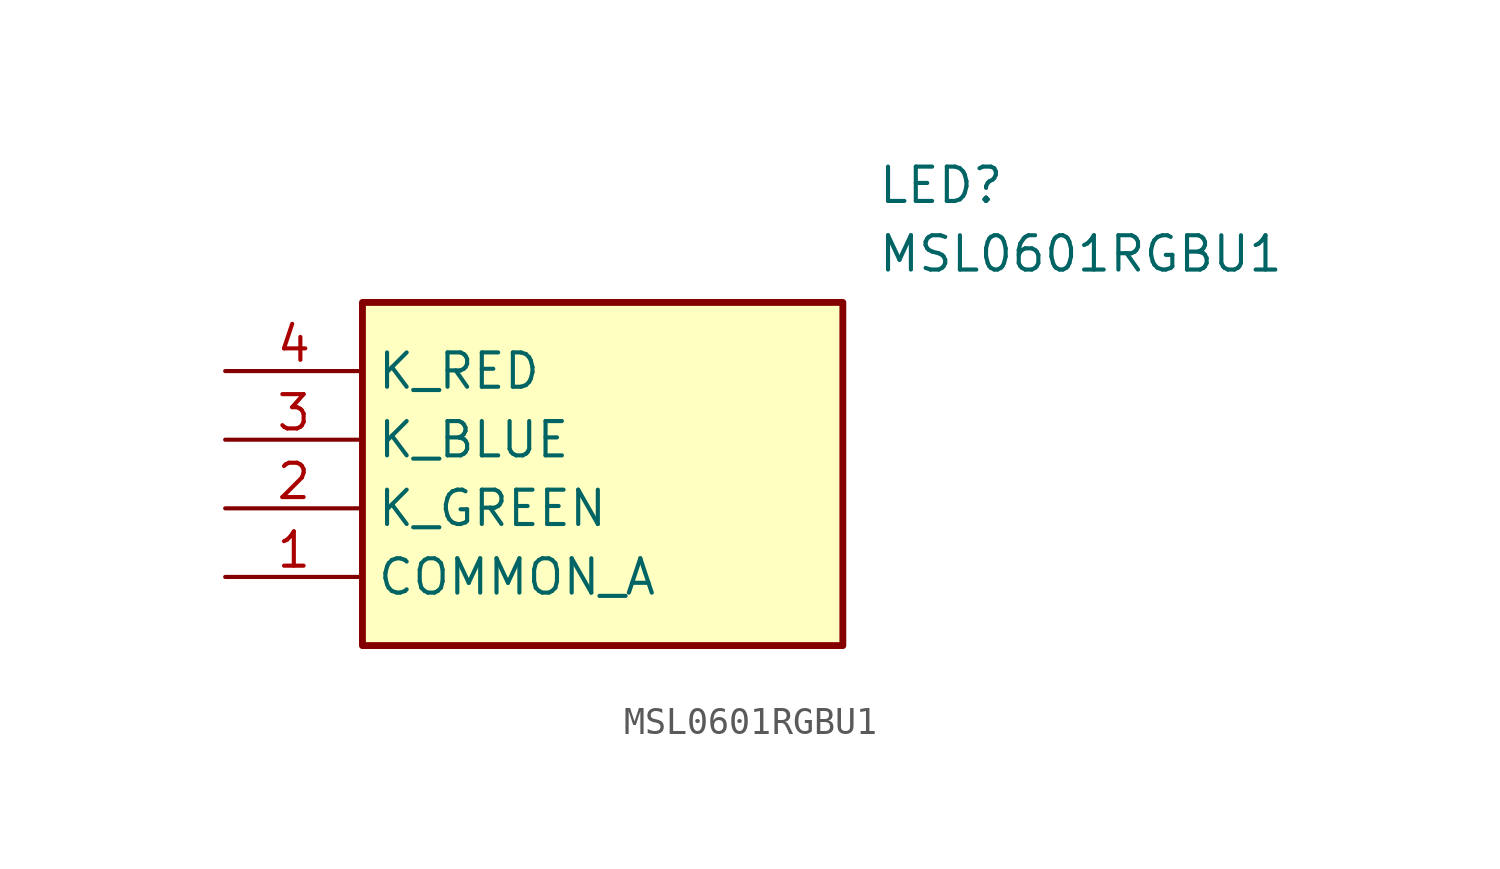
<source format=kicad_sym>
(kicad_symbol_lib
  (version 20231120)
  (generator "kicad_symbol_editor")
  (generator_version "8.0")
  (symbol "MSL0601RGBU1"
    (property "Reference" "LED"
      (at 24.13 7.62 0)
      (effects (font (size 1.27 1.27)) (justify left top)))
    (property "Value" "MSL0601RGBU1"
      (at 24.13 5.08 0)
      (effects (font (size 1.27 1.27)) (justify left top)))
    (symbol "MSL0601RGBU1_1_1"
      (rectangle (start 5.08 2.54) (end 22.86 -10.16) (stroke (width 0.254) (type default)) (fill (type background)))
      (pin passive line (at 0 -7.62 0) (length 5.08) (name "COMMON_A" (effects (font (size 1.27 1.27)))) (number "1" (effects (font (size 1.27 1.27)))))
      (pin passive line (at 0 -5.08 0) (length 5.08) (name "K_GREEN" (effects (font (size 1.27 1.27)))) (number "2" (effects (font (size 1.27 1.27)))))
      (pin passive line (at 0 -2.54 0) (length 5.08) (name "K_BLUE" (effects (font (size 1.27 1.27)))) (number "3" (effects (font (size 1.27 1.27)))))
      (pin passive line (at 0 0 0) (length 5.08) (name "K_RED" (effects (font (size 1.27 1.27)))) (number "4" (effects (font (size 1.27 1.27))))))))
</source>
